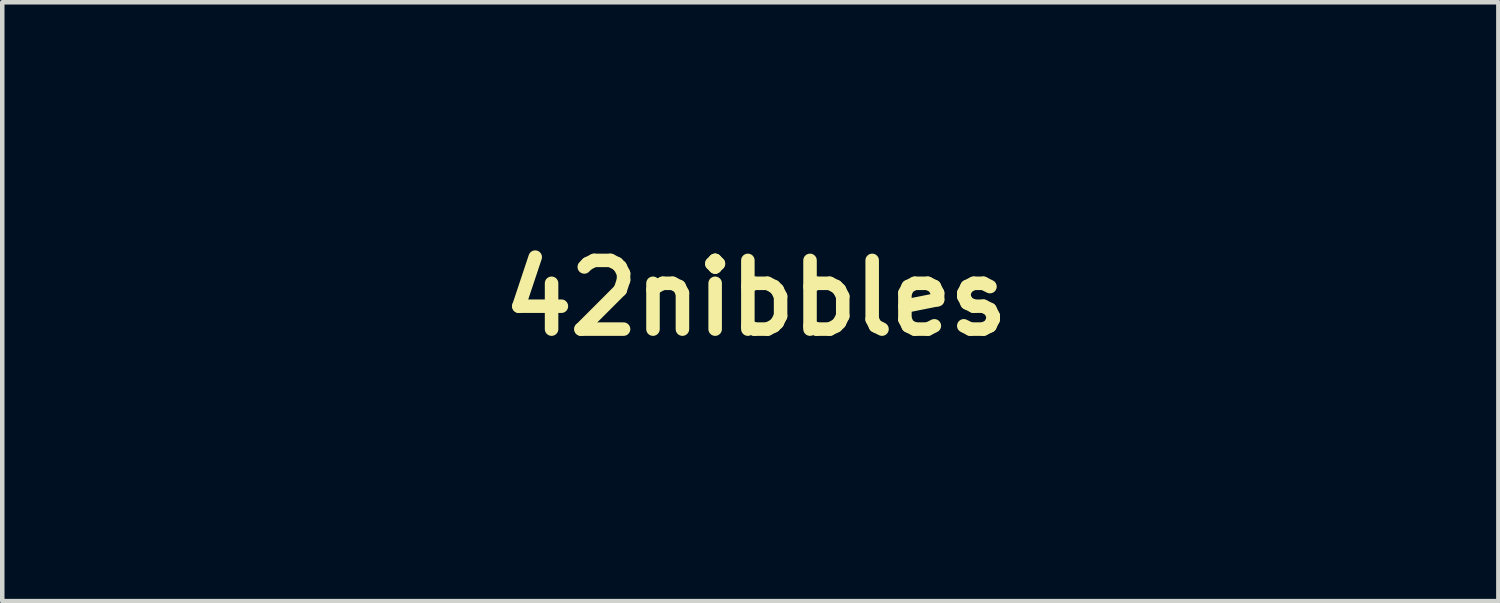
<source format=kicad_pcb>
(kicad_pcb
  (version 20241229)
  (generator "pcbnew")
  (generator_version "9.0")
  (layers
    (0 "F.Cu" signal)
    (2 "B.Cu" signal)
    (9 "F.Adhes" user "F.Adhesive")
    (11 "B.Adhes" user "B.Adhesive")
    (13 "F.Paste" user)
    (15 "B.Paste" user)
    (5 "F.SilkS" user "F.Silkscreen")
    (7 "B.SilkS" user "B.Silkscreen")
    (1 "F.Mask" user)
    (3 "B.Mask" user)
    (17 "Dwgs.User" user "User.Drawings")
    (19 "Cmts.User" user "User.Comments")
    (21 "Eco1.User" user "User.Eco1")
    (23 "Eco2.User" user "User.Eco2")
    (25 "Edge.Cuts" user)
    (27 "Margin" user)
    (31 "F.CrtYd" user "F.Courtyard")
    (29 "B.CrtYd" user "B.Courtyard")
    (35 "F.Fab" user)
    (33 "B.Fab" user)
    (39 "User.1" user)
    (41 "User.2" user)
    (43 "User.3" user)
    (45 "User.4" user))
  (footprint "42nibbles"
    (layer "F.Cu")
    (at 13.721 3.561)
    (property "Reference" "42nibbles" (at 0 0 0) (layer "F.SilkS") (effects (font (size 1.524 1.524) (thickness 0.3))))
    (attr through_hole)
    (fp_poly (pts (xy -9.342 1.993) (xy -9.329 2.095) (xy -9.408 2.232) (xy -9.53 2.273) (xy -9.63 2.213) (xy -9.652 2.123) (xy -9.596 1.978) (xy -9.476 1.947) (xy -9.342 1.993)) (stroke (width 0.01) (type solid)) (fill no) (layer "Eco2.User"))
    (fp_poly (pts (xy -8.335 2.001) (xy -8.314 2.117) (xy -8.393 2.23) (xy -8.489 2.27) (xy -8.609 2.239) (xy -8.636 2.123) (xy -8.58 1.978) (xy -8.46 1.947) (xy -8.335 2.001)) (stroke (width 0.01) (type solid)) (fill no) (layer "Eco2.User"))
    (fp_poly (pts (xy -4.742 2.001) (xy -4.673 2.097) (xy -4.678 2.138) (xy -4.783 2.247) (xy -4.937 2.266) (xy -5.039 2.199) (xy -5.043 2.062) (xy -5.011 2.013) (xy -4.88 1.964) (xy -4.742 2.001)) (stroke (width 0.01) (type solid)) (fill no) (layer "Eco2.User"))
    (fp_poly (pts (xy 3.978 2.001) (xy 4.048 2.097) (xy 4.043 2.138) (xy 3.938 2.247) (xy 3.784 2.266) (xy 3.681 2.199) (xy 3.678 2.062) (xy 3.71 2.013) (xy 3.841 1.964) (xy 3.978 2.001)) (stroke (width 0.01) (type solid)) (fill no) (layer "Eco2.User"))
    (fp_poly (pts (xy 11.491 0.797) (xy 11.526 0.824) (xy 11.58 0.963) (xy 11.542 1.112) (xy 11.437 1.185) (xy 11.43 1.185) (xy 11.325 1.117) (xy 11.289 1.053) (xy 11.286 0.896) (xy 11.37 0.795) (xy 11.491 0.797)) (stroke (width 0.01) (type solid)) (fill no) (layer "Eco2.User"))
    (fp_poly (pts (xy -2.371 1.101) (xy -3.217 1.101) (xy -3.217 -0.466) (xy -3.215 -1.047) (xy -3.206 -1.477) (xy -3.189 -1.772) (xy -3.164 -1.949) (xy -3.129 -2.026) (xy -3.111 -2.033) (xy -2.962 -2.047) (xy -2.732 -2.079) (xy -2.688 -2.086) (xy -2.371 -2.139) (xy -2.371 1.101)) (stroke (width 0.01) (type solid)) (fill no) (layer "Eco2.User"))
    (fp_poly (pts (xy -4.795 2.41) (xy -4.755 2.548) (xy -4.742 2.817) (xy -4.741 2.879) (xy -4.751 3.174) (xy -4.786 3.332) (xy -4.853 3.386) (xy -4.868 3.387) (xy -4.942 3.348) (xy -4.982 3.209) (xy -4.995 2.94) (xy -4.995 2.879) (xy -4.986 2.584) (xy -4.951 2.425) (xy -4.884 2.372) (xy -4.868 2.371) (xy -4.795 2.41)) (stroke (width 0.01) (type solid)) (fill no) (layer "Eco2.User"))
    (fp_poly (pts (xy -11.979 2.628) (xy -11.628 2.639) (xy -11.407 2.66) (xy -11.299 2.692) (xy -11.282 2.731) (xy -11.373 2.769) (xy -11.596 2.803) (xy -11.913 2.832) (xy -12.285 2.855) (xy -12.676 2.87) (xy -13.046 2.875) (xy -13.359 2.869) (xy -13.577 2.85) (xy -13.657 2.825) (xy -13.706 2.75) (xy -13.67 2.695) (xy -13.53 2.659) (xy -13.269 2.637) (xy -12.869 2.627) (xy -12.481 2.625) (xy -11.979 2.628)) (stroke (width 0.01) (type solid)) (fill no) (layer "Eco2.User"))
    (fp_poly (pts (xy 12.776 2.628) (xy 13.118 2.64) (xy 13.329 2.661) (xy 13.428 2.695) (xy 13.441 2.731) (xy 13.349 2.769) (xy 13.127 2.804) (xy 12.812 2.834) (xy 12.444 2.857) (xy 12.061 2.871) (xy 11.701 2.875) (xy 11.403 2.867) (xy 11.206 2.846) (xy 11.15 2.825) (xy 11.1 2.749) (xy 11.138 2.694) (xy 11.281 2.657) (xy 11.547 2.636) (xy 11.953 2.626) (xy 12.284 2.625) (xy 12.776 2.628)) (stroke (width 0.01) (type solid)) (fill no) (layer "Eco2.User"))
    (fp_poly (pts (xy 9.552 2.342) (xy 9.555 2.343) (xy 9.665 2.464) (xy 9.625 2.557) (xy 9.503 2.582) (xy 9.388 2.642) (xy 9.332 2.837) (xy 9.329 2.865) (xy 9.323 3.053) (xy 9.371 3.113) (xy 9.47 3.094) (xy 9.627 3.093) (xy 9.711 3.17) (xy 9.682 3.277) (xy 9.642 3.31) (xy 9.391 3.381) (xy 9.154 3.294) (xy 9.108 3.254) (xy 8.986 3.025) (xy 8.981 2.752) (xy 9.085 2.505) (xy 9.195 2.4) (xy 9.396 2.307) (xy 9.552 2.342)) (stroke (width 0.01) (type solid)) (fill no) (layer "Eco2.User"))
    (fp_poly (pts (xy 6.902 2.336) (xy 7.057 2.418) (xy 7.07 2.512) (xy 6.948 2.564) (xy 6.87 2.562) (xy 6.718 2.576) (xy 6.703 2.641) (xy 6.819 2.718) (xy 6.9 2.744) (xy 7.072 2.843) (xy 7.112 2.99) (xy 7.045 3.227) (xy 6.864 3.361) (xy 6.605 3.375) (xy 6.456 3.331) (xy 6.359 3.219) (xy 6.35 3.166) (xy 6.401 3.084) (xy 6.562 3.098) (xy 6.721 3.11) (xy 6.773 3.066) (xy 6.701 2.985) (xy 6.562 2.929) (xy 6.393 2.833) (xy 6.35 2.668) (xy 6.422 2.46) (xy 6.609 2.338) (xy 6.869 2.329) (xy 6.902 2.336)) (stroke (width 0.01) (type solid)) (fill no) (layer "Eco2.User"))
    (fp_poly (pts (xy -7.661 2.35) (xy -7.537 2.385) (xy -7.51 2.397) (xy -7.419 2.472) (xy -7.38 2.619) (xy -7.382 2.884) (xy -7.383 2.905) (xy -7.414 3.183) (xy -7.472 3.319) (xy -7.535 3.344) (xy -7.629 3.279) (xy -7.68 3.07) (xy -7.688 2.985) (xy -7.728 2.728) (xy -7.786 2.636) (xy -7.845 2.707) (xy -7.888 2.944) (xy -7.89 2.978) (xy -7.938 3.238) (xy -8.025 3.367) (xy -8.138 3.347) (xy -8.154 3.332) (xy -8.199 3.208) (xy -8.216 2.993) (xy -8.21 2.745) (xy -8.181 2.522) (xy -8.135 2.382) (xy -8.107 2.362) (xy -7.831 2.343) (xy -7.661 2.35)) (stroke (width 0.01) (type solid)) (fill no) (layer "Eco2.User"))
    (fp_poly (pts (xy 4.822 2.379) (xy 4.891 2.531) (xy 4.91 2.815) (xy 4.911 2.888) (xy 4.901 3.18) (xy 4.865 3.335) (xy 4.796 3.386) (xy 4.784 3.387) (xy 4.7 3.337) (xy 4.662 3.167) (xy 4.657 3.006) (xy 4.635 2.742) (xy 4.584 2.636) (xy 4.525 2.689) (xy 4.478 2.904) (xy 4.471 2.984) (xy 4.43 3.236) (xy 4.344 3.354) (xy 4.297 3.371) (xy 4.214 3.365) (xy 4.169 3.281) (xy 4.151 3.087) (xy 4.149 2.894) (xy 4.152 2.614) (xy 4.178 2.459) (xy 4.247 2.388) (xy 4.382 2.355) (xy 4.424 2.349) (xy 4.675 2.328) (xy 4.822 2.379)) (stroke (width 0.01) (type solid)) (fill no) (layer "Eco2.User"))
    (fp_poly (pts (xy -0.34 1.961) (xy -0.29 2.024) (xy -0.264 2.17) (xy -0.255 2.433) (xy -0.254 2.653) (xy -0.254 3.359) (xy -0.54 3.37) (xy -0.819 3.325) (xy -0.963 3.229) (xy -1.075 3.015) (xy -1.085 2.85) (xy -0.765 2.85) (xy -0.745 3.014) (xy -0.708 3.074) (xy -0.607 3.098) (xy -0.531 2.99) (xy -0.508 2.831) (xy -0.553 2.665) (xy -0.635 2.625) (xy -0.724 2.694) (xy -0.765 2.85) (xy -1.085 2.85) (xy -1.09 2.77) (xy -1.02 2.548) (xy -0.88 2.401) (xy -0.759 2.371) (xy -0.628 2.319) (xy -0.593 2.159) (xy -0.553 1.993) (xy -0.423 1.947) (xy -0.34 1.961)) (stroke (width 0.01) (type solid)) (fill no) (layer "Eco2.User"))
    (fp_poly (pts (xy -10.281 1.998) (xy -10.245 2.156) (xy -10.212 2.309) (xy -10.129 2.321) (xy -9.971 2.333) (xy -9.845 2.467) (xy -9.763 2.676) (xy -9.739 2.914) (xy -9.787 3.134) (xy -9.861 3.245) (xy -10.028 3.33) (xy -10.265 3.369) (xy -10.285 3.37) (xy -10.583 3.37) (xy -10.583 2.836) (xy -10.245 2.836) (xy -10.216 2.995) (xy -10.16 3.048) (xy -10.096 2.976) (xy -10.075 2.836) (xy -10.104 2.677) (xy -10.16 2.625) (xy -10.224 2.697) (xy -10.245 2.836) (xy -10.583 2.836) (xy -10.583 2.659) (xy -10.58 2.311) (xy -10.565 2.1) (xy -10.531 1.991) (xy -10.468 1.951) (xy -10.414 1.947) (xy -10.281 1.998)) (stroke (width 0.01) (type solid)) (fill no) (layer "Eco2.User"))
    (fp_poly (pts (xy -5.707 1.987) (xy -5.673 2.141) (xy -5.673 2.15) (xy -5.643 2.306) (xy -5.552 2.319) (xy -5.402 2.341) (xy -5.241 2.47) (xy -5.119 2.656) (xy -5.08 2.817) (xy -5.149 3.112) (xy -5.343 3.301) (xy -5.638 3.361) (xy -5.85 3.331) (xy -5.974 3.269) (xy -5.982 3.255) (xy -5.998 3.126) (xy -6.002 2.881) (xy -6.001 2.836) (xy -5.673 2.836) (xy -5.629 3.007) (xy -5.546 3.048) (xy -5.444 2.974) (xy -5.419 2.836) (xy -5.463 2.666) (xy -5.546 2.625) (xy -5.648 2.698) (xy -5.673 2.836) (xy -6.001 2.836) (xy -5.994 2.575) (xy -5.973 2.256) (xy -5.936 2.07) (xy -5.874 1.983) (xy -5.821 1.963) (xy -5.707 1.987)) (stroke (width 0.01) (type solid)) (fill no) (layer "Eco2.User"))
    (fp_poly (pts (xy 12.446 -0.24) (xy 12.496 -0.175) (xy 12.522 -0.025) (xy 12.53 0.245) (xy 12.531 0.423) (xy 12.522 0.793) (xy 12.492 1.012) (xy 12.44 1.099) (xy 12.425 1.102) (xy 12.258 1.124) (xy 12.146 1.149) (xy 11.941 1.123) (xy 11.829 1.036) (xy 11.725 0.837) (xy 11.69 0.635) (xy 12.023 0.635) (xy 12.059 0.794) (xy 12.129 0.847) (xy 12.208 0.774) (xy 12.234 0.635) (xy 12.198 0.476) (xy 12.129 0.423) (xy 12.049 0.496) (xy 12.023 0.635) (xy 11.69 0.635) (xy 11.684 0.603) (xy 11.723 0.381) (xy 11.87 0.228) (xy 11.937 0.187) (xy 12.11 0.049) (xy 12.191 -0.094) (xy 12.191 -0.106) (xy 12.261 -0.231) (xy 12.361 -0.254) (xy 12.446 -0.24)) (stroke (width 0.01) (type solid)) (fill no) (layer "Eco2.User"))
    (fp_poly (pts (xy 10.244 2.33) (xy 10.372 2.405) (xy 10.545 2.597) (xy 10.583 2.754) (xy 10.556 2.904) (xy 10.438 2.958) (xy 10.329 2.963) (xy 10.151 2.99) (xy 10.075 3.056) (xy 10.075 3.057) (xy 10.145 3.114) (xy 10.282 3.099) (xy 10.466 3.09) (xy 10.543 3.154) (xy 10.487 3.256) (xy 10.422 3.298) (xy 10.17 3.381) (xy 9.968 3.316) (xy 9.877 3.232) (xy 9.751 2.988) (xy 9.748 2.716) (xy 9.792 2.625) (xy 10.075 2.625) (xy 10.14 2.707) (xy 10.16 2.709) (xy 10.242 2.645) (xy 10.245 2.625) (xy 10.18 2.542) (xy 10.16 2.54) (xy 10.078 2.604) (xy 10.075 2.625) (xy 9.792 2.625) (xy 9.861 2.481) (xy 9.948 2.405) (xy 10.114 2.316) (xy 10.244 2.33)) (stroke (width 0.01) (type solid)) (fill no) (layer "Eco2.User"))
    (fp_poly (pts (xy 5.292 -3.4) (xy 5.304 -3.307) (xy 5.315 -3.069) (xy 5.324 -2.713) (xy 5.33 -2.262) (xy 5.334 -1.742) (xy 5.334 -1.517) (xy 5.335 -0.861) (xy 5.341 -0.356) (xy 5.353 0.018) (xy 5.373 0.281) (xy 5.403 0.45) (xy 5.444 0.546) (xy 5.5 0.586) (xy 5.546 0.593) (xy 5.642 0.663) (xy 5.734 0.826) (xy 5.792 1.006) (xy 5.783 1.13) (xy 5.779 1.136) (xy 5.643 1.18) (xy 5.408 1.187) (xy 5.137 1.163) (xy 4.895 1.113) (xy 4.763 1.056) (xy 4.652 0.952) (xy 4.566 0.8) (xy 4.501 0.582) (xy 4.455 0.277) (xy 4.425 -0.135) (xy 4.409 -0.673) (xy 4.403 -1.358) (xy 4.403 -1.486) (xy 4.403 -3.269) (xy 4.826 -3.355) (xy 5.075 -3.397) (xy 5.248 -3.41) (xy 5.292 -3.4)) (stroke (width 0.01) (type solid)) (fill no) (layer "Eco2.User"))
    (fp_poly (pts (xy 13.265 0.158) (xy 13.404 0.336) (xy 13.462 0.555) (xy 13.462 0.556) (xy 13.434 0.703) (xy 13.317 0.757) (xy 13.203 0.762) (xy 13.033 0.785) (xy 12.995 0.844) (xy 12.997 0.847) (xy 13.109 0.893) (xy 13.256 0.88) (xy 13.416 0.869) (xy 13.462 0.955) (xy 13.39 1.072) (xy 13.271 1.132) (xy 13.067 1.176) (xy 12.938 1.149) (xy 12.8 1.031) (xy 12.785 1.016) (xy 12.644 0.779) (xy 12.625 0.516) (xy 12.666 0.423) (xy 12.954 0.423) (xy 13.023 0.498) (xy 13.086 0.508) (xy 13.174 0.467) (xy 13.166 0.423) (xy 13.057 0.342) (xy 13.034 0.339) (xy 12.956 0.403) (xy 12.954 0.423) (xy 12.666 0.423) (xy 12.727 0.286) (xy 12.804 0.216) (xy 12.98 0.117) (xy 13.094 0.085) (xy 13.265 0.158)) (stroke (width 0.01) (type solid)) (fill no) (layer "Eco2.User"))
    (fp_poly (pts (xy -4.417 -2.093) (xy -4.105 -1.965) (xy -3.881 -1.718) (xy -3.809 -1.545) (xy -3.773 -1.326) (xy -3.749 -0.977) (xy -3.738 -0.537) (xy -3.742 -0.085) (xy -3.768 1.058) (xy -4.657 1.11) (xy -4.657 -0.083) (xy -4.66 -0.6) (xy -4.678 -0.967) (xy -4.717 -1.203) (xy -4.789 -1.325) (xy -4.901 -1.355) (xy -5.064 -1.309) (xy -5.215 -1.241) (xy -5.503 -1.103) (xy -5.503 1.101) (xy -6.35 1.101) (xy -6.35 -0.289) (xy -6.353 -0.765) (xy -6.36 -1.185) (xy -6.372 -1.52) (xy -6.386 -1.738) (xy -6.397 -1.802) (xy -6.358 -1.898) (xy -6.205 -1.985) (xy -5.994 -2.049) (xy -5.78 -2.076) (xy -5.619 -2.051) (xy -5.576 -2.015) (xy -5.512 -1.885) (xy -5.505 -1.851) (xy -5.438 -1.851) (xy -5.271 -1.917) (xy -5.189 -1.956) (xy -4.788 -2.093) (xy -4.417 -2.093)) (stroke (width 0.01) (type solid)) (fill no) (layer "Eco2.User"))
    (fp_poly (pts (xy -2.646 -3.55) (xy -2.449 -3.521) (xy -2.32 -3.454) (xy -2.209 -3.335) (xy -2.207 -3.333) (xy -2.084 -3.12) (xy -2.032 -2.922) (xy -2.032 -2.921) (xy -2.083 -2.723) (xy -2.207 -2.51) (xy -2.207 -2.509) (xy -2.314 -2.392) (xy -2.437 -2.325) (xy -2.624 -2.294) (xy -2.923 -2.286) (xy -2.996 -2.286) (xy -3.348 -2.301) (xy -3.618 -2.342) (xy -3.748 -2.392) (xy -3.938 -2.634) (xy -3.99 -2.921) (xy -3.302 -2.921) (xy -3.258 -2.656) (xy -3.149 -2.5) (xy -3.005 -2.47) (xy -2.861 -2.58) (xy -2.803 -2.681) (xy -2.743 -2.912) (xy -2.8 -3.147) (xy -2.929 -3.334) (xy -3.076 -3.375) (xy -3.207 -3.283) (xy -3.289 -3.073) (xy -3.302 -2.921) (xy -3.99 -2.921) (xy -3.994 -2.941) (xy -3.938 -3.187) (xy -3.846 -3.361) (xy -3.721 -3.47) (xy -3.526 -3.529) (xy -3.224 -3.553) (xy -2.963 -3.556) (xy -2.646 -3.55)) (stroke (width 0.01) (type solid)) (fill no) (layer "Eco2.User"))
    (fp_poly (pts (xy -8.903 2.158) (xy -8.902 2.16) (xy -8.831 2.334) (xy -8.774 2.398) (xy -8.727 2.474) (xy -8.784 2.511) (xy -8.864 2.622) (xy -8.889 2.816) (xy -8.862 3.018) (xy -8.785 3.151) (xy -8.763 3.163) (xy -8.686 3.161) (xy -8.647 3.057) (xy -8.636 2.818) (xy -8.636 2.791) (xy -8.627 2.539) (xy -8.589 2.413) (xy -8.505 2.373) (xy -8.462 2.371) (xy -8.365 2.387) (xy -8.317 2.462) (xy -8.306 2.636) (xy -8.314 2.854) (xy -8.34 3.337) (xy -8.674 3.358) (xy -8.975 3.343) (xy -9.15 3.234) (xy -9.229 3.004) (xy -9.242 2.847) (xy -9.255 2.498) (xy -9.305 2.914) (xy -9.366 3.211) (xy -9.456 3.361) (xy -9.568 3.354) (xy -9.594 3.332) (xy -9.627 3.221) (xy -9.648 2.998) (xy -9.652 2.822) (xy -9.644 2.558) (xy -9.611 2.422) (xy -9.536 2.374) (xy -9.483 2.371) (xy -9.304 2.313) (xy -9.124 2.181) (xy -8.992 2.058) (xy -8.933 2.051) (xy -8.903 2.158)) (stroke (width 0.01) (type solid)) (fill no) (layer "Eco2.User"))
    (fp_poly (pts (xy -6.398 2.368) (xy -6.286 2.436) (xy -6.284 2.442) (xy -6.31 2.532) (xy -6.343 2.54) (xy -6.416 2.611) (xy -6.435 2.717) (xy -6.508 2.886) (xy -6.619 2.943) (xy -6.803 2.991) (xy -6.617 3.06) (xy -6.422 3.194) (xy -6.381 3.378) (xy -6.48 3.559) (xy -6.705 3.697) (xy -6.97 3.708) (xy -7.204 3.592) (xy -7.231 3.564) (xy -7.315 3.43) (xy -7.308 3.387) (xy -7.027 3.387) (xy -6.959 3.463) (xy -6.905 3.471) (xy -6.761 3.42) (xy -6.731 3.387) (xy -6.757 3.32) (xy -6.853 3.302) (xy -6.993 3.337) (xy -7.027 3.387) (xy -7.308 3.387) (xy -7.303 3.358) (xy -7.266 3.254) (xy -7.253 3.039) (xy -7.259 2.883) (xy -7.265 2.705) (xy -6.99 2.705) (xy -6.969 2.74) (xy -6.846 2.791) (xy -6.776 2.701) (xy -6.773 2.667) (xy -6.816 2.554) (xy -6.853 2.54) (xy -6.964 2.596) (xy -6.99 2.705) (xy -7.265 2.705) (xy -7.268 2.624) (xy -7.239 2.483) (xy -7.155 2.41) (xy -7.095 2.386) (xy -6.863 2.338) (xy -6.61 2.334) (xy -6.398 2.368)) (stroke (width 0.01) (type solid)) (fill no) (layer "Eco2.User"))
    (fp_poly (pts (xy -4.278 2.141) (xy -4.257 2.182) (xy -4.133 2.369) (xy -3.959 2.395) (xy -3.88 2.363) (xy -3.71 2.322) (xy -3.52 2.337) (xy -3.372 2.396) (xy -3.328 2.483) (xy -3.329 2.487) (xy -3.429 2.555) (xy -3.544 2.562) (xy -3.696 2.577) (xy -3.71 2.643) (xy -3.592 2.72) (xy -3.523 2.742) (xy -3.321 2.85) (xy -3.272 3.024) (xy -3.351 3.201) (xy -3.457 3.304) (xy -3.62 3.354) (xy -3.892 3.364) (xy -3.939 3.363) (xy -4.211 3.349) (xy -4.413 3.325) (xy -4.48 3.306) (xy -4.522 3.203) (xy -4.558 2.986) (xy -4.573 2.817) (xy -4.233 2.817) (xy -4.221 2.994) (xy -4.153 3.075) (xy -3.978 3.099) (xy -3.895 3.102) (xy -3.683 3.1) (xy -3.565 3.085) (xy -3.556 3.077) (xy -3.625 3.027) (xy -3.776 2.96) (xy -3.955 2.841) (xy -4.04 2.708) (xy -4.109 2.56) (xy -4.18 2.564) (xy -4.227 2.706) (xy -4.233 2.817) (xy -4.573 2.817) (xy -4.582 2.708) (xy -4.589 2.425) (xy -4.583 2.274) (xy -4.517 2.13) (xy -4.392 2.079) (xy -4.278 2.141)) (stroke (width 0.01) (type solid)) (fill no) (layer "Eco2.User"))
    (fp_poly (pts (xy -11.655 -3.46) (xy -11.479 -3.434) (xy -11.43 -3.406) (xy -11.462 -3.31) (xy -11.55 -3.085) (xy -11.683 -2.758) (xy -11.851 -2.354) (xy -12.015 -1.966) (xy -12.599 -0.593) (xy -11.702 -0.593) (xy -11.642 -1.436) (xy -11.607 -1.802) (xy -11.562 -2.105) (xy -11.514 -2.305) (xy -11.485 -2.36) (xy -11.341 -2.428) (xy -11.114 -2.491) (xy -11.07 -2.5) (xy -10.753 -2.559) (xy -10.753 -0.604) (xy -10.52 -0.577) (xy -10.376 -0.545) (xy -10.308 -0.462) (xy -10.288 -0.277) (xy -10.287 -0.169) (xy -10.296 0.067) (xy -10.343 0.184) (xy -10.454 0.229) (xy -10.52 0.238) (xy -10.65 0.264) (xy -10.72 0.329) (xy -10.748 0.478) (xy -10.753 0.753) (xy -10.753 0.757) (xy -10.757 1.034) (xy -10.785 1.186) (xy -10.859 1.259) (xy -10.999 1.298) (xy -11.017 1.302) (xy -11.347 1.359) (xy -11.545 1.353) (xy -11.645 1.258) (xy -11.68 1.049) (xy -11.684 0.804) (xy -11.684 0.254) (xy -13.716 0.254) (xy -13.716 -0.064) (xy -13.678 -0.285) (xy -13.564 -0.651) (xy -13.377 -1.153) (xy -13.119 -1.785) (xy -13.06 -1.925) (xy -12.404 -3.468) (xy -11.917 -3.47) (xy -11.655 -3.46)) (stroke (width 0.01) (type solid)) (fill no) (layer "Eco2.User"))
    (fp_poly (pts (xy 5.943 2.348) (xy 6.047 2.426) (xy 6.047 2.527) (xy 6.019 2.54) (xy 5.942 2.61) (xy 5.902 2.709) (xy 5.793 2.87) (xy 5.664 2.95) (xy 5.535 3.004) (xy 5.553 3.039) (xy 5.699 3.079) (xy 5.876 3.168) (xy 5.927 3.34) (xy 5.927 3.343) (xy 5.855 3.55) (xy 5.672 3.681) (xy 5.426 3.719) (xy 5.165 3.646) (xy 5.144 3.634) (xy 5.036 3.523) (xy 4.994 3.392) (xy 4.996 3.387) (xy 5.334 3.387) (xy 5.402 3.463) (xy 5.456 3.471) (xy 5.6 3.42) (xy 5.63 3.387) (xy 5.604 3.32) (xy 5.508 3.302) (xy 5.368 3.337) (xy 5.334 3.387) (xy 4.996 3.387) (xy 5.033 3.308) (xy 5.064 3.302) (xy 5.104 3.231) (xy 5.114 3.064) (xy 5.095 2.874) (xy 5.05 2.73) (xy 5.049 2.728) (xy 5.051 2.682) (xy 5.37 2.682) (xy 5.438 2.774) (xy 5.508 2.794) (xy 5.586 2.737) (xy 5.588 2.723) (xy 5.533 2.601) (xy 5.418 2.584) (xy 5.405 2.59) (xy 5.37 2.682) (xy 5.051 2.682) (xy 5.055 2.606) (xy 5.115 2.494) (xy 5.261 2.395) (xy 5.488 2.335) (xy 5.736 2.318) (xy 5.943 2.348)) (stroke (width 0.01) (type solid)) (fill no) (layer "Eco2.User"))
    (fp_poly (pts (xy -8.281 -3.521) (xy -8.189 -3.412) (xy -8.123 -3.188) (xy -8.08 -2.986) (xy -8.007 -2.846) (xy -7.924 -2.747) (xy -7.817 -2.618) (xy -7.789 -2.555) (xy -7.716 -2.477) (xy -7.544 -2.387) (xy -7.338 -2.314) (xy -7.169 -2.286) (xy -7.06 -2.259) (xy -7.039 -2.147) (xy -7.058 -2.025) (xy -7.153 -1.696) (xy -7.315 -1.371) (xy -7.564 -1.02) (xy -7.92 -0.61) (xy -8.097 -0.423) (xy -8.789 0.296) (xy -7.824 0.27) (xy -7.392 0.259) (xy -7.106 0.265) (xy -6.941 0.3) (xy -6.873 0.379) (xy -6.878 0.516) (xy -6.931 0.726) (xy -6.947 0.783) (xy -7.035 1.101) (xy -9.991 1.101) (xy -9.991 0.746) (xy -9.983 0.592) (xy -9.948 0.456) (xy -9.864 0.31) (xy -9.714 0.124) (xy -9.478 -0.13) (xy -9.23 -0.384) (xy -8.74 -0.921) (xy -8.396 -1.386) (xy -8.194 -1.788) (xy -8.13 -2.133) (xy -8.2 -2.431) (xy -8.21 -2.451) (xy -8.39 -2.626) (xy -8.667 -2.665) (xy -9.035 -2.568) (xy -9.205 -2.492) (xy -9.666 -2.267) (xy -9.905 -2.552) (xy -10.052 -2.768) (xy -10.079 -2.911) (xy -10.069 -2.928) (xy -9.881 -3.08) (xy -9.584 -3.242) (xy -9.235 -3.388) (xy -8.89 -3.494) (xy -8.688 -3.531) (xy -8.435 -3.55) (xy -8.281 -3.521)) (stroke (width 0.01) (type solid)) (fill no) (layer "Eco2.User"))
    (fp_poly (pts (xy -2.201 2.461) (xy -2.103 2.739) (xy -2.094 2.816) (xy -2.062 3.175) (xy -2.047 2.773) (xy -2.016 2.504) (xy -1.951 2.371) (xy -1.926 2.362) (xy -1.65 2.343) (xy -1.481 2.35) (xy -1.356 2.385) (xy -1.329 2.397) (xy -1.238 2.472) (xy -1.199 2.619) (xy -1.201 2.884) (xy -1.202 2.905) (xy -1.233 3.183) (xy -1.292 3.319) (xy -1.355 3.344) (xy -1.448 3.279) (xy -1.5 3.07) (xy -1.508 2.985) (xy -1.548 2.734) (xy -1.607 2.635) (xy -1.663 2.689) (xy -1.692 2.901) (xy -1.693 2.958) (xy -1.725 3.231) (xy -1.814 3.356) (xy -1.955 3.327) (xy -1.993 3.299) (xy -2.093 3.248) (xy -2.117 3.274) (xy -2.19 3.331) (xy -2.366 3.359) (xy -2.582 3.357) (xy -2.774 3.326) (xy -2.867 3.28) (xy -2.966 3.089) (xy -2.956 3.048) (xy -2.625 3.048) (xy -2.56 3.13) (xy -2.54 3.133) (xy -2.458 3.068) (xy -2.455 3.048) (xy -2.52 2.966) (xy -2.54 2.963) (xy -2.622 3.028) (xy -2.625 3.048) (xy -2.956 3.048) (xy -2.918 2.898) (xy -2.739 2.744) (xy -2.582 2.686) (xy -2.497 2.655) (xy -2.571 2.639) (xy -2.646 2.634) (xy -2.829 2.582) (xy -2.872 2.48) (xy -2.771 2.374) (xy -2.665 2.335) (xy -2.388 2.326) (xy -2.201 2.461)) (stroke (width 0.01) (type solid)) (fill no) (layer "Eco2.User"))
    (fp_poly (pts (xy -0.994 -3.438) (xy -0.958 -3.349) (xy -0.938 -3.152) (xy -0.932 -2.818) (xy -0.931 -2.715) (xy -0.929 -2.353) (xy -0.919 -2.131) (xy -0.893 -2.022) (xy -0.845 -1.997) (xy -0.768 -2.029) (xy -0.768 -2.029) (xy -0.487 -2.106) (xy -0.138 -2.105) (xy 0.201 -2.032) (xy 0.371 -1.953) (xy 0.657 -1.722) (xy 0.844 -1.43) (xy 0.945 -1.043) (xy 0.974 -0.55) (xy 0.932 0.018) (xy 0.801 0.46) (xy 0.571 0.801) (xy 0.34 0.995) (xy 0.018 1.138) (xy -0.344 1.184) (xy -0.678 1.129) (xy -0.828 1.054) (xy -0.964 0.985) (xy -1.016 1.011) (xy -1.092 1.065) (xy -1.285 1.097) (xy -1.397 1.101) (xy -1.778 1.101) (xy -1.778 -0.453) (xy -0.931 -0.453) (xy -0.925 -0.093) (xy -0.902 0.134) (xy -0.855 0.264) (xy -0.783 0.332) (xy -0.509 0.414) (xy -0.235 0.375) (xy -0.171 0.342) (xy -0.092 0.217) (xy -0.039 -0.048) (xy -0.014 -0.366) (xy -0.01 -0.802) (xy -0.054 -1.095) (xy -0.158 -1.269) (xy -0.33 -1.346) (xy -0.452 -1.355) (xy -0.666 -1.335) (xy -0.807 -1.256) (xy -0.887 -1.09) (xy -0.924 -0.808) (xy -0.931 -0.453) (xy -1.778 -0.453) (xy -1.778 -3.283) (xy -1.476 -3.34) (xy -1.239 -3.391) (xy -1.064 -3.439) (xy -1.052 -3.443) (xy -0.994 -3.438)) (stroke (width 0.01) (type solid)) (fill no) (layer "Eco2.User"))
    (fp_poly (pts (xy 2.194 -2.817) (xy 2.19 -2.421) (xy 2.192 -2.167) (xy 2.207 -2.029) (xy 2.241 -1.981) (xy 2.301 -1.994) (xy 2.383 -2.039) (xy 2.653 -2.107) (xy 2.992 -2.095) (xy 3.329 -2.012) (xy 3.59 -1.87) (xy 3.609 -1.854) (xy 3.858 -1.572) (xy 4.01 -1.261) (xy 4.084 -0.872) (xy 4.098 -0.508) (xy 4.072 -0.035) (xy 3.98 0.326) (xy 3.802 0.627) (xy 3.515 0.919) (xy 3.262 1.102) (xy 3.012 1.177) (xy 2.852 1.185) (xy 2.577 1.154) (xy 2.345 1.078) (xy 2.305 1.054) (xy 2.169 0.985) (xy 2.117 1.011) (xy 2.04 1.064) (xy 1.84 1.096) (xy 1.7 1.101) (xy 1.283 1.101) (xy 1.294 -0.503) (xy 2.182 -0.503) (xy 2.189 -0.177) (xy 2.216 0.107) (xy 2.264 0.3) (xy 2.299 0.351) (xy 2.532 0.416) (xy 2.786 0.369) (xy 2.985 0.229) (xy 3.024 0.169) (xy 3.099 -0.088) (xy 3.129 -0.423) (xy 3.114 -0.766) (xy 3.055 -1.052) (xy 3.001 -1.166) (xy 2.816 -1.31) (xy 2.578 -1.354) (xy 2.359 -1.292) (xy 2.288 -1.23) (xy 2.232 -1.079) (xy 2.196 -0.82) (xy 2.182 -0.503) (xy 1.294 -0.503) (xy 1.297 -1.073) (xy 1.312 -3.247) (xy 1.524 -3.303) (xy 1.777 -3.369) (xy 1.969 -3.417) (xy 2.202 -3.475) (xy 2.194 -2.817)) (stroke (width 0.01) (type solid)) (fill no) (layer "Eco2.User"))
    (fp_poly (pts (xy 3.079 1.974) (xy 3.123 2.08) (xy 3.135 2.301) (xy 3.144 2.515) (xy 3.173 2.579) (xy 3.224 2.519) (xy 3.371 2.395) (xy 3.476 2.371) (xy 3.617 2.399) (xy 3.613 2.496) (xy 3.517 2.621) (xy 3.445 2.732) (xy 3.466 2.854) (xy 3.559 3.009) (xy 3.724 3.26) (xy 3.725 2.815) (xy 3.738 2.541) (xy 3.781 2.404) (xy 3.852 2.371) (xy 3.926 2.41) (xy 3.966 2.548) (xy 3.979 2.817) (xy 3.979 2.879) (xy 3.976 3.16) (xy 3.952 3.312) (xy 3.89 3.374) (xy 3.768 3.387) (xy 3.732 3.387) (xy 3.478 3.316) (xy 3.312 3.154) (xy 3.138 2.921) (xy 3.135 3.138) (xy 3.12 3.266) (xy 3.05 3.331) (xy 2.881 3.356) (xy 2.706 3.361) (xy 2.38 3.337) (xy 2.174 3.26) (xy 2.155 3.244) (xy 2.042 3.024) (xy 2.038 2.756) (xy 2.135 2.512) (xy 2.243 2.406) (xy 2.435 2.321) (xy 2.582 2.316) (xy 2.69 2.413) (xy 2.701 2.533) (xy 2.62 2.607) (xy 2.561 2.607) (xy 2.45 2.634) (xy 2.395 2.786) (xy 2.386 2.857) (xy 2.383 3.045) (xy 2.444 3.112) (xy 2.556 3.111) (xy 2.663 3.084) (xy 2.728 3.004) (xy 2.766 2.832) (xy 2.794 2.541) (xy 2.828 2.229) (xy 2.876 2.052) (xy 2.95 1.973) (xy 2.985 1.963) (xy 3.079 1.974)) (stroke (width 0.01) (type solid)) (fill no) (layer "Eco2.User"))
    (fp_poly (pts (xy 7.647 -2.057) (xy 7.864 -1.939) (xy 7.874 -1.932) (xy 8.2 -1.621) (xy 8.396 -1.213) (xy 8.466 -0.696) (xy 8.467 -0.656) (xy 8.467 -0.169) (xy 7.578 -0.169) (xy 7.181 -0.167) (xy 6.924 -0.157) (xy 6.776 -0.133) (xy 6.708 -0.09) (xy 6.689 -0.021) (xy 6.689 0) (xy 6.762 0.235) (xy 6.958 0.403) (xy 7.236 0.493) (xy 7.56 0.492) (xy 7.889 0.388) (xy 7.908 0.379) (xy 8.079 0.298) (xy 8.167 0.272) (xy 8.169 0.274) (xy 8.343 0.535) (xy 8.436 0.693) (xy 8.466 0.778) (xy 8.467 0.785) (xy 8.397 0.858) (xy 8.219 0.964) (xy 8.107 1.018) (xy 7.673 1.146) (xy 7.197 1.176) (xy 6.747 1.108) (xy 6.505 1.014) (xy 6.191 0.759) (xy 5.952 0.386) (xy 5.807 -0.062) (xy 5.776 -0.543) (xy 5.779 -0.585) (xy 5.856 -1.003) (xy 6.689 -1.003) (xy 6.715 -0.909) (xy 6.822 -0.862) (xy 7.049 -0.847) (xy 7.115 -0.847) (xy 7.419 -0.87) (xy 7.571 -0.94) (xy 7.587 -0.967) (xy 7.586 -1.132) (xy 7.539 -1.263) (xy 7.385 -1.402) (xy 7.17 -1.431) (xy 6.947 -1.367) (xy 6.769 -1.225) (xy 6.689 -1.023) (xy 6.689 -1.003) (xy 5.856 -1.003) (xy 5.883 -1.152) (xy 6.083 -1.581) (xy 6.384 -1.879) (xy 6.792 -2.052) (xy 7.106 -2.099) (xy 7.42 -2.104) (xy 7.647 -2.057)) (stroke (width 0.01) (type solid)) (fill no) (layer "Eco2.User"))
    (fp_poly (pts (xy 10.331 -2.092) (xy 10.746 -1.982) (xy 11.082 -1.848) (xy 10.941 -1.554) (xy 10.83 -1.362) (xy 10.721 -1.302) (xy 10.629 -1.319) (xy 10.438 -1.359) (xy 10.168 -1.384) (xy 10.075 -1.388) (xy 9.836 -1.383) (xy 9.717 -1.338) (xy 9.671 -1.233) (xy 9.668 -1.212) (xy 9.673 -1.109) (xy 9.745 -1.03) (xy 9.915 -0.952) (xy 10.216 -0.855) (xy 10.235 -0.85) (xy 10.669 -0.688) (xy 10.956 -0.497) (xy 11.117 -0.253) (xy 11.175 0.067) (xy 11.176 0.127) (xy 11.097 0.528) (xy 10.871 0.856) (xy 10.597 1.05) (xy 10.316 1.15) (xy 9.974 1.215) (xy 9.656 1.231) (xy 9.525 1.214) (xy 9.196 1.125) (xy 8.898 1.025) (xy 8.671 0.928) (xy 8.557 0.851) (xy 8.551 0.836) (xy 8.587 0.71) (xy 8.675 0.514) (xy 8.685 0.496) (xy 8.757 0.365) (xy 8.831 0.297) (xy 8.946 0.29) (xy 9.14 0.344) (xy 9.452 0.456) (xy 9.479 0.466) (xy 9.822 0.547) (xy 10.074 0.512) (xy 10.217 0.367) (xy 10.245 0.217) (xy 10.212 0.067) (xy 10.083 -0.028) (xy 9.927 -0.08) (xy 9.687 -0.138) (xy 9.504 -0.168) (xy 9.483 -0.169) (xy 9.329 -0.212) (xy 9.119 -0.315) (xy 9.086 -0.335) (xy 8.835 -0.576) (xy 8.707 -0.89) (xy 8.702 -1.237) (xy 8.816 -1.573) (xy 9.05 -1.859) (xy 9.135 -1.923) (xy 9.464 -2.061) (xy 9.883 -2.118) (xy 10.331 -2.092)) (stroke (width 0.01) (type solid)) (fill no) (layer "Eco2.User"))
    (fp_poly (pts (xy 0.479 1.997) (xy 0.508 2.158) (xy 0.531 2.316) (xy 0.621 2.344) (xy 0.668 2.331) (xy 0.858 2.348) (xy 1.019 2.484) (xy 1.099 2.69) (xy 1.101 2.726) (xy 1.125 2.842) (xy 1.206 2.813) (xy 1.377 2.72) (xy 1.482 2.686) (xy 1.567 2.655) (xy 1.493 2.639) (xy 1.418 2.634) (xy 1.235 2.582) (xy 1.192 2.48) (xy 1.293 2.374) (xy 1.399 2.335) (xy 1.669 2.323) (xy 1.85 2.449) (xy 1.946 2.718) (xy 1.961 2.841) (xy 1.971 3.085) (xy 1.96 3.253) (xy 1.948 3.287) (xy 1.83 3.339) (xy 1.625 3.362) (xy 1.407 3.357) (xy 1.252 3.32) (xy 1.225 3.297) (xy 1.13 3.259) (xy 1.055 3.305) (xy 0.907 3.365) (xy 0.807 3.269) (xy 0.767 3.048) (xy 1.439 3.048) (xy 1.504 3.13) (xy 1.524 3.133) (xy 1.606 3.068) (xy 1.609 3.048) (xy 1.544 2.966) (xy 1.524 2.963) (xy 1.442 3.028) (xy 1.439 3.048) (xy 0.767 3.048) (xy 0.763 3.027) (xy 0.762 2.958) (xy 0.74 2.725) (xy 0.669 2.63) (xy 0.635 2.625) (xy 0.551 2.675) (xy 0.513 2.844) (xy 0.508 3.006) (xy 0.491 3.257) (xy 0.435 3.371) (xy 0.381 3.387) (xy 0.314 3.353) (xy 0.275 3.233) (xy 0.257 2.995) (xy 0.254 2.752) (xy 0.253 2.437) (xy 0.252 2.191) (xy 0.25 2.06) (xy 0.25 2.053) (xy 0.314 1.983) (xy 0.377 1.962) (xy 0.479 1.997)) (stroke (width 0.01) (type solid)) (fill no) (layer "Eco2.User"))
    (fp_poly (pts (xy 8.807 2.455) (xy 8.897 2.719) (xy 8.903 2.797) (xy 8.913 3.038) (xy 8.922 3.212) (xy 8.924 3.234) (xy 8.858 3.31) (xy 8.686 3.353) (xy 8.467 3.36) (xy 8.262 3.33) (xy 8.129 3.261) (xy 8.128 3.26) (xy 8.031 3.181) (xy 7.928 3.237) (xy 7.902 3.262) (xy 7.719 3.367) (xy 7.61 3.387) (xy 7.48 3.438) (xy 7.468 3.532) (xy 7.421 3.67) (xy 7.345 3.707) (xy 7.271 3.705) (xy 7.226 3.638) (xy 7.204 3.475) (xy 7.197 3.184) (xy 7.197 3.064) (xy 7.197 2.857) (xy 7.504 2.857) (xy 7.52 3.046) (xy 7.543 3.12) (xy 7.595 3.133) (xy 7.62 3.133) (xy 7.679 3.059) (xy 7.681 3.048) (xy 8.382 3.048) (xy 8.446 3.13) (xy 8.467 3.133) (xy 8.549 3.068) (xy 8.551 3.048) (xy 8.487 2.966) (xy 8.467 2.963) (xy 8.384 3.028) (xy 8.382 3.048) (xy 7.681 3.048) (xy 7.705 2.882) (xy 7.705 2.879) (xy 7.672 2.691) (xy 7.596 2.625) (xy 7.518 2.699) (xy 7.504 2.857) (xy 7.197 2.857) (xy 7.197 2.39) (xy 7.472 2.348) (xy 7.75 2.365) (xy 7.954 2.492) (xy 8.042 2.702) (xy 8.043 2.727) (xy 8.078 2.836) (xy 8.128 2.836) (xy 8.176 2.723) (xy 8.173 2.689) (xy 8.334 2.689) (xy 8.417 2.703) (xy 8.527 2.687) (xy 8.528 2.658) (xy 8.415 2.638) (xy 8.366 2.651) (xy 8.334 2.689) (xy 8.173 2.689) (xy 8.164 2.588) (xy 8.159 2.434) (xy 8.275 2.354) (xy 8.335 2.337) (xy 8.618 2.326) (xy 8.807 2.455)) (stroke (width 0.01) (type solid)) (fill no) (layer "Eco2.User")))
  (gr_rect
    (start -3 -3)
    (end 30.188 10.285)
    (stroke (width 0.1) (type default))
    (fill no)
    (layer "Edge.Cuts")))
</source>
